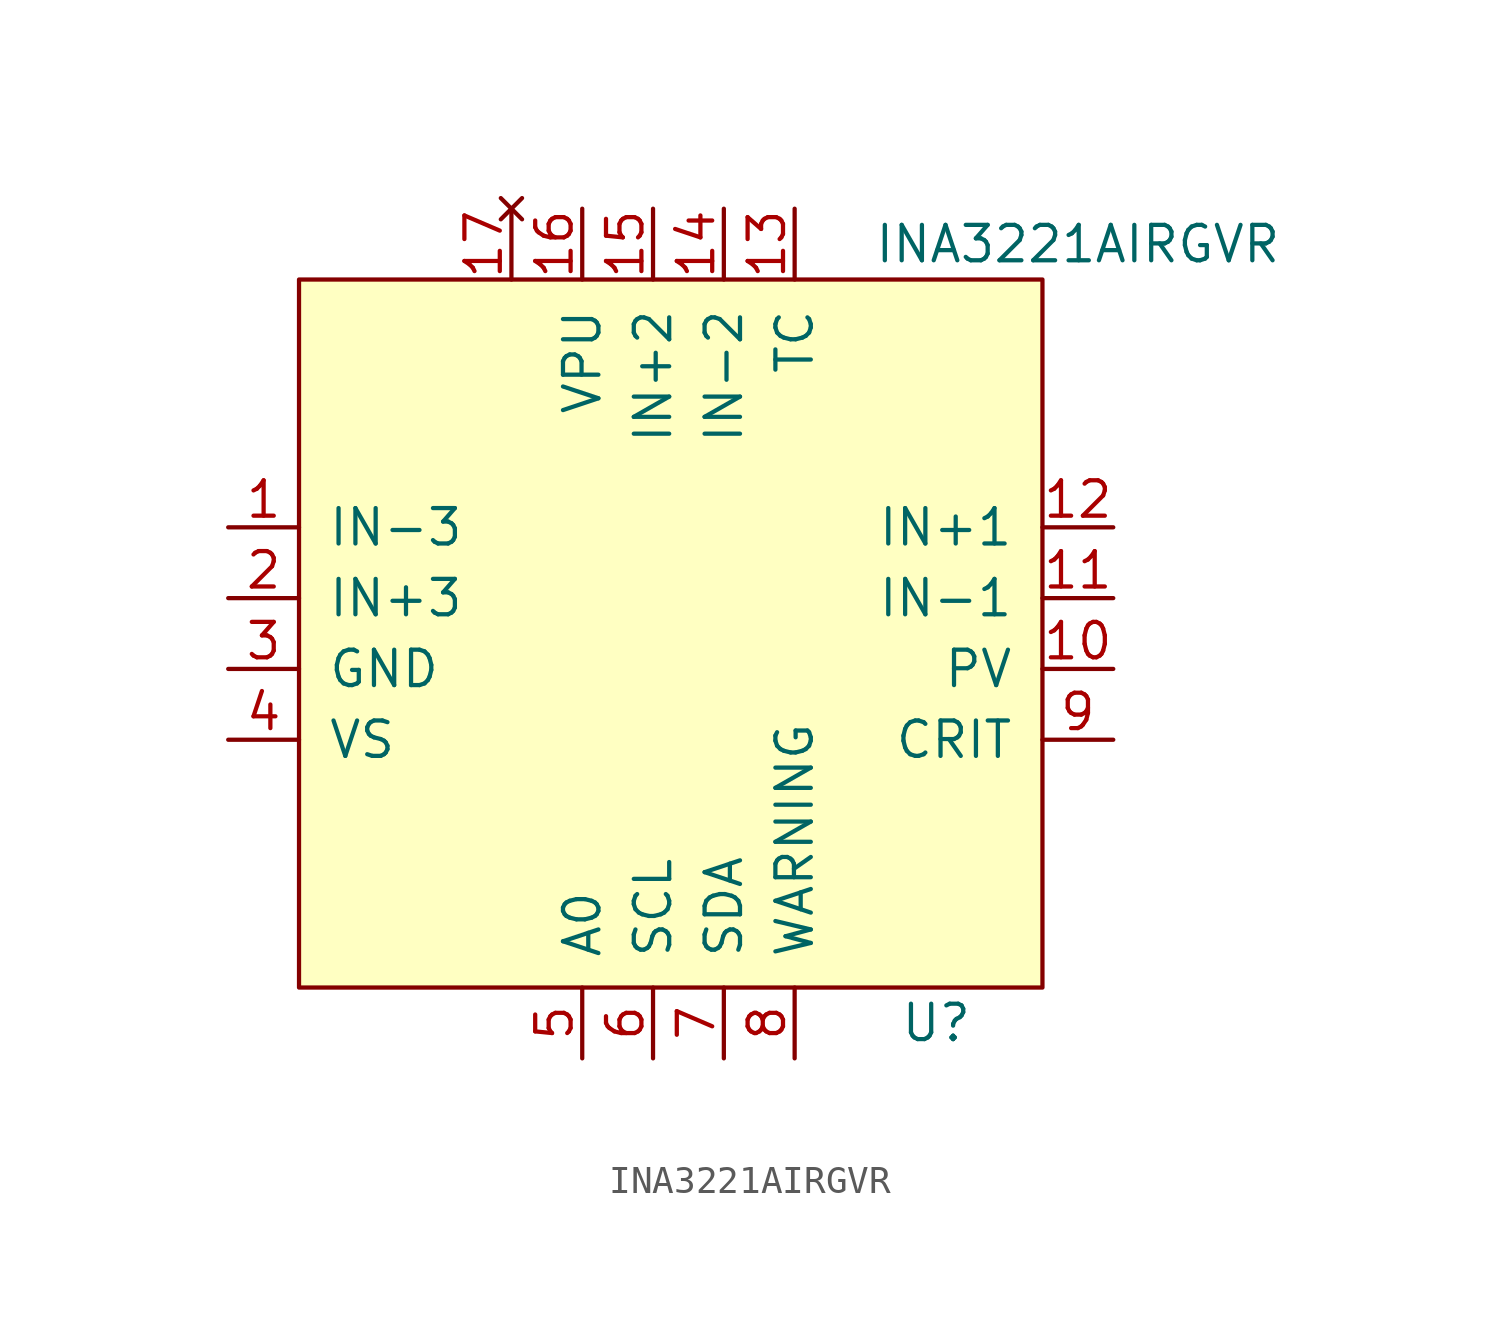
<source format=kicad_sym>
(kicad_symbol_lib
  (version 20211014)
  (generator kicad_symbol_editor)
  (symbol "INA3221AIRGVR"
    (pin_names
      (offset 1.016))
    (property "Reference" "U"
      (at 22.86 -1.27 0)
      (effects (font (size 1.27 1.27))))
    (property "Value" "INA3221AIRGVR"
      (at 27.94 26.67 0)
      (effects (font (size 1.27 1.27))))
    (symbol "INA3221AIRGVR_0_1"
      (rectangle (start 0 25.4) (end 26.67 0) (stroke (width 0) (type default) (color 0 0 0 0)) (fill (type background))))
    (symbol "INA3221AIRGVR_1_1"
      (pin input line (at -2.54 16.51 0) (length 2.54) (name "IN-3" (effects (font (size 1.27 1.27)))) (number "1" (effects (font (size 1.27 1.27)))))
      (pin output line (at 29.21 11.43 180) (length 2.54) (name "PV" (effects (font (size 1.27 1.27)))) (number "10" (effects (font (size 1.27 1.27)))))
      (pin input line (at 29.21 13.97 180) (length 2.54) (name "IN-1" (effects (font (size 1.27 1.27)))) (number "11" (effects (font (size 1.27 1.27)))))
      (pin input line (at 29.21 16.51 180) (length 2.54) (name "IN+1" (effects (font (size 1.27 1.27)))) (number "12" (effects (font (size 1.27 1.27)))))
      (pin output line (at 17.78 27.94 270) (length 2.54) (name "TC" (effects (font (size 1.27 1.27)))) (number "13" (effects (font (size 1.27 1.27)))))
      (pin input line (at 15.24 27.94 270) (length 2.54) (name "IN-2" (effects (font (size 1.27 1.27)))) (number "14" (effects (font (size 1.27 1.27)))))
      (pin input line (at 12.7 27.94 270) (length 2.54) (name "IN+2" (effects (font (size 1.27 1.27)))) (number "15" (effects (font (size 1.27 1.27)))))
      (pin output line (at 10.16 27.94 270) (length 2.54) (name "VPU" (effects (font (size 1.27 1.27)))) (number "16" (effects (font (size 1.27 1.27)))))
      (pin no_connect line (at 7.62 27.94 270) (length 2.54) (name "~" (effects (font (size 1.27 1.27)))) (number "17" (effects (font (size 1.27 1.27)))))
      (pin input line (at -2.54 13.97 0) (length 2.54) (name "IN+3" (effects (font (size 1.27 1.27)))) (number "2" (effects (font (size 1.27 1.27)))))
      (pin power_out line (at -2.54 11.43 0) (length 2.54) (name "GND" (effects (font (size 1.27 1.27)))) (number "3" (effects (font (size 1.27 1.27)))))
      (pin power_in line (at -2.54 8.89 0) (length 2.54) (name "VS" (effects (font (size 1.27 1.27)))) (number "4" (effects (font (size 1.27 1.27)))))
      (pin output line (at 10.16 -2.54 90) (length 2.54) (name "A0" (effects (font (size 1.27 1.27)))) (number "5" (effects (font (size 1.27 1.27)))))
      (pin input line (at 12.7 -2.54 90) (length 2.54) (name "SCL" (effects (font (size 1.27 1.27)))) (number "6" (effects (font (size 1.27 1.27)))))
      (pin bidirectional line (at 15.24 -2.54 90) (length 2.54) (name "SDA" (effects (font (size 1.27 1.27)))) (number "7" (effects (font (size 1.27 1.27)))))
      (pin output line (at 17.78 -2.54 90) (length 2.54) (name "WARNING" (effects (font (size 1.27 1.27)))) (number "8" (effects (font (size 1.27 1.27)))))
      (pin output line (at 29.21 8.89 180) (length 2.54) (name "CRIT" (effects (font (size 1.27 1.27)))) (number "9" (effects (font (size 1.27 1.27))))))))
</source>
